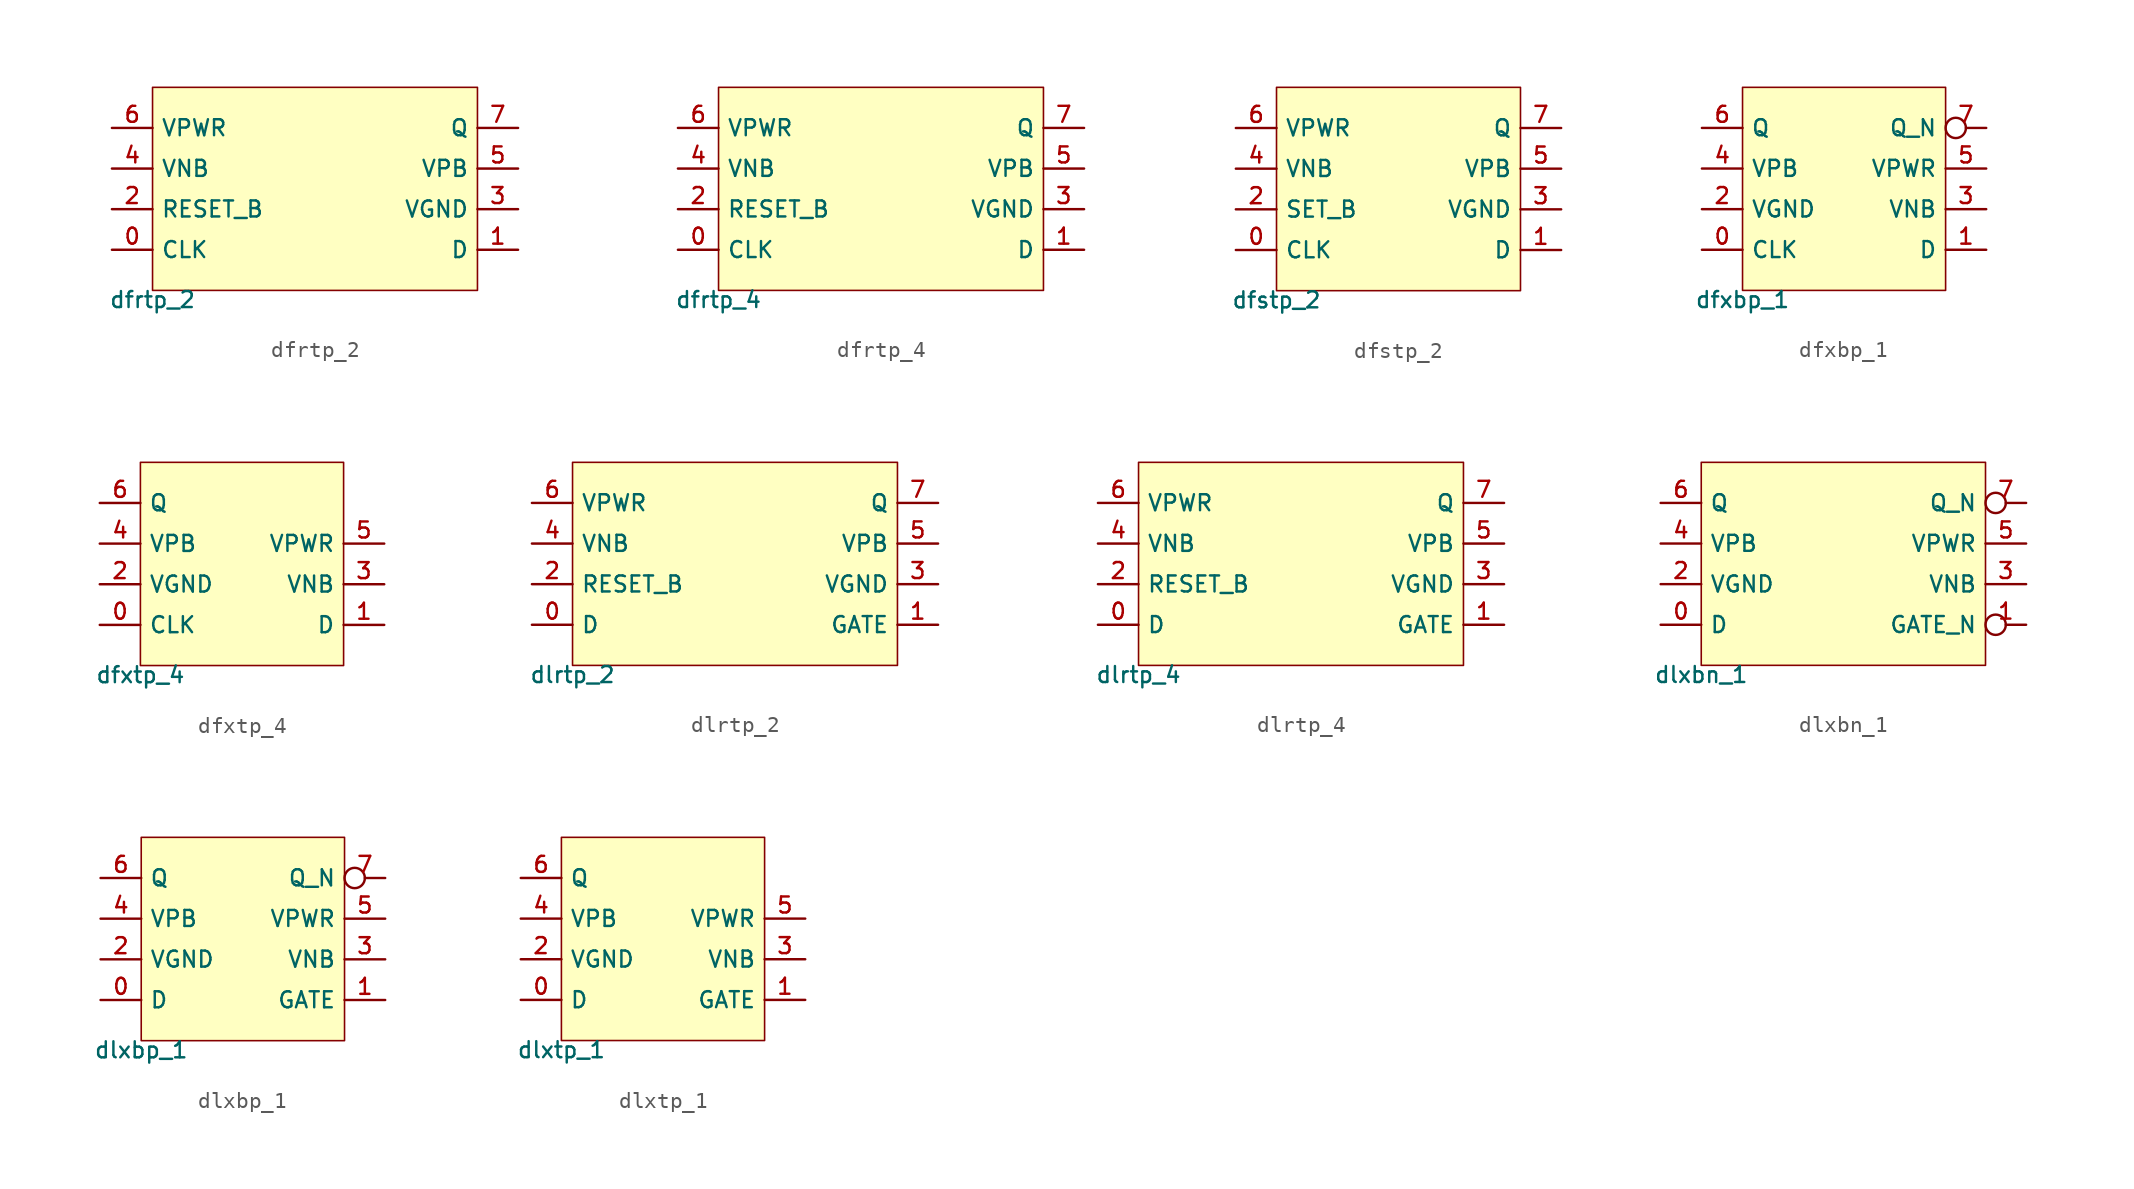
<source format=kicad_sym>
(kicad_symbol_lib
  (version 20211014)
  (generator pdk2kicad)
  (symbol "dfrtp_2"
    (property "Reference" "X"
      (at 0 0 0)
      (effects (font (size 1 1)) hide))
    (property "Value" "dfrtp_2"
      (at -10.16 -6.35 0)
      (effects (font (size 1 1)) (justify top)))
    (rectangle
      (start -10.16 -6.35)
      (end 10.16 6.35)
      (stroke (width 0.1) (type solid) (color 0 0 0 0))
      (fill (type background)))
    (pin bidirectional line
      (at -12.7 -3.81 0)
      (length 2.54)
      (name "CLK" (effects (font (size 1 1)) hide))
      (number "0" (effects (font (size 1 1)) hide)))
    (pin bidirectional line
      (at 12.7 -3.81 180)
      (length 2.54)
      (name "D" (effects (font (size 1 1)) hide))
      (number "1" (effects (font (size 1 1)) hide)))
    (pin bidirectional line
      (at -12.7 -1.27 0)
      (length 2.54)
      (name "RESET_B" (effects (font (size 1 1)) hide))
      (number "2" (effects (font (size 1 1)) hide)))
    (pin bidirectional line
      (at 12.7 -1.27 180)
      (length 2.54)
      (name "VGND" (effects (font (size 1 1)) hide))
      (number "3" (effects (font (size 1 1)) hide)))
    (pin bidirectional line
      (at -12.7 1.27 0)
      (length 2.54)
      (name "VNB" (effects (font (size 1 1)) hide))
      (number "4" (effects (font (size 1 1)) hide)))
    (pin bidirectional line
      (at 12.7 1.27 180)
      (length 2.54)
      (name "VPB" (effects (font (size 1 1)) hide))
      (number "5" (effects (font (size 1 1)) hide)))
    (pin bidirectional line
      (at -12.7 3.81 0)
      (length 2.54)
      (name "VPWR" (effects (font (size 1 1)) hide))
      (number "6" (effects (font (size 1 1)) hide)))
    (pin bidirectional line
      (at 12.7 3.81 180)
      (length 2.54)
      (name "Q" (effects (font (size 1 1)) hide))
      (number "7" (effects (font (size 1 1)) hide))))
  (symbol "dfrtp_4"
    (property "Reference" "X"
      (at 0 0 0)
      (effects (font (size 1 1)) hide))
    (property "Value" "dfrtp_4"
      (at -10.16 -6.35 0)
      (effects (font (size 1 1)) (justify top)))
    (rectangle
      (start -10.16 -6.35)
      (end 10.16 6.35)
      (stroke (width 0.1) (type solid) (color 0 0 0 0))
      (fill (type background)))
    (pin bidirectional line
      (at -12.7 -3.81 0)
      (length 2.54)
      (name "CLK" (effects (font (size 1 1)) hide))
      (number "0" (effects (font (size 1 1)) hide)))
    (pin bidirectional line
      (at 12.7 -3.81 180)
      (length 2.54)
      (name "D" (effects (font (size 1 1)) hide))
      (number "1" (effects (font (size 1 1)) hide)))
    (pin bidirectional line
      (at -12.7 -1.27 0)
      (length 2.54)
      (name "RESET_B" (effects (font (size 1 1)) hide))
      (number "2" (effects (font (size 1 1)) hide)))
    (pin bidirectional line
      (at 12.7 -1.27 180)
      (length 2.54)
      (name "VGND" (effects (font (size 1 1)) hide))
      (number "3" (effects (font (size 1 1)) hide)))
    (pin bidirectional line
      (at -12.7 1.27 0)
      (length 2.54)
      (name "VNB" (effects (font (size 1 1)) hide))
      (number "4" (effects (font (size 1 1)) hide)))
    (pin bidirectional line
      (at 12.7 1.27 180)
      (length 2.54)
      (name "VPB" (effects (font (size 1 1)) hide))
      (number "5" (effects (font (size 1 1)) hide)))
    (pin bidirectional line
      (at -12.7 3.81 0)
      (length 2.54)
      (name "VPWR" (effects (font (size 1 1)) hide))
      (number "6" (effects (font (size 1 1)) hide)))
    (pin bidirectional line
      (at 12.7 3.81 180)
      (length 2.54)
      (name "Q" (effects (font (size 1 1)) hide))
      (number "7" (effects (font (size 1 1)) hide))))
  (symbol "dfstp_2"
    (property "Reference" "X"
      (at 0 0 0)
      (effects (font (size 1 1)) hide))
    (property "Value" "dfstp_2"
      (at -7.62 -6.35 0)
      (effects (font (size 1 1)) (justify top)))
    (rectangle
      (start -7.62 -6.35)
      (end 7.62 6.35)
      (stroke (width 0.1) (type solid) (color 0 0 0 0))
      (fill (type background)))
    (pin bidirectional line
      (at -10.16 -3.81 0)
      (length 2.54)
      (name "CLK" (effects (font (size 1 1)) hide))
      (number "0" (effects (font (size 1 1)) hide)))
    (pin bidirectional line
      (at 10.16 -3.81 180)
      (length 2.54)
      (name "D" (effects (font (size 1 1)) hide))
      (number "1" (effects (font (size 1 1)) hide)))
    (pin bidirectional line
      (at -10.16 -1.27 0)
      (length 2.54)
      (name "SET_B" (effects (font (size 1 1)) hide))
      (number "2" (effects (font (size 1 1)) hide)))
    (pin bidirectional line
      (at 10.16 -1.27 180)
      (length 2.54)
      (name "VGND" (effects (font (size 1 1)) hide))
      (number "3" (effects (font (size 1 1)) hide)))
    (pin bidirectional line
      (at -10.16 1.27 0)
      (length 2.54)
      (name "VNB" (effects (font (size 1 1)) hide))
      (number "4" (effects (font (size 1 1)) hide)))
    (pin bidirectional line
      (at 10.16 1.27 180)
      (length 2.54)
      (name "VPB" (effects (font (size 1 1)) hide))
      (number "5" (effects (font (size 1 1)) hide)))
    (pin bidirectional line
      (at -10.16 3.81 0)
      (length 2.54)
      (name "VPWR" (effects (font (size 1 1)) hide))
      (number "6" (effects (font (size 1 1)) hide)))
    (pin bidirectional line
      (at 10.16 3.81 180)
      (length 2.54)
      (name "Q" (effects (font (size 1 1)) hide))
      (number "7" (effects (font (size 1 1)) hide))))
  (symbol "dfxbp_1"
    (property "Reference" "X"
      (at 0 0 0)
      (effects (font (size 1 1)) hide))
    (property "Value" "dfxbp_1"
      (at -6.35 -6.35 0)
      (effects (font (size 1 1)) (justify top)))
    (rectangle
      (start -6.35 -6.35)
      (end 6.35 6.35)
      (stroke (width 0.1) (type solid) (color 0 0 0 0))
      (fill (type background)))
    (pin bidirectional line
      (at -8.89 -3.81 0)
      (length 2.54)
      (name "CLK" (effects (font (size 1 1)) hide))
      (number "0" (effects (font (size 1 1)) hide)))
    (pin bidirectional line
      (at 8.89 -3.81 180)
      (length 2.54)
      (name "D" (effects (font (size 1 1)) hide))
      (number "1" (effects (font (size 1 1)) hide)))
    (pin bidirectional line
      (at -8.89 -1.27 0)
      (length 2.54)
      (name "VGND" (effects (font (size 1 1)) hide))
      (number "2" (effects (font (size 1 1)) hide)))
    (pin bidirectional line
      (at 8.89 -1.27 180)
      (length 2.54)
      (name "VNB" (effects (font (size 1 1)) hide))
      (number "3" (effects (font (size 1 1)) hide)))
    (pin bidirectional line
      (at -8.89 1.27 0)
      (length 2.54)
      (name "VPB" (effects (font (size 1 1)) hide))
      (number "4" (effects (font (size 1 1)) hide)))
    (pin bidirectional line
      (at 8.89 1.27 180)
      (length 2.54)
      (name "VPWR" (effects (font (size 1 1)) hide))
      (number "5" (effects (font (size 1 1)) hide)))
    (pin bidirectional line
      (at -8.89 3.81 0)
      (length 2.54)
      (name "Q" (effects (font (size 1 1)) hide))
      (number "6" (effects (font (size 1 1)) hide)))
    (pin bidirectional inverted
      (at 8.89 3.81 180)
      (length 2.54)
      (name "Q_N" (effects (font (size 1 1)) hide))
      (number "7" (effects (font (size 1 1)) hide))))
  (symbol "dfxtp_4"
    (property "Reference" "X"
      (at 0 0 0)
      (effects (font (size 1 1)) hide))
    (property "Value" "dfxtp_4"
      (at -6.35 -6.35 0)
      (effects (font (size 1 1)) (justify top)))
    (rectangle
      (start -6.35 -6.35)
      (end 6.35 6.35)
      (stroke (width 0.1) (type solid) (color 0 0 0 0))
      (fill (type background)))
    (pin bidirectional line
      (at -8.89 -3.81 0)
      (length 2.54)
      (name "CLK" (effects (font (size 1 1)) hide))
      (number "0" (effects (font (size 1 1)) hide)))
    (pin bidirectional line
      (at 8.89 -3.81 180)
      (length 2.54)
      (name "D" (effects (font (size 1 1)) hide))
      (number "1" (effects (font (size 1 1)) hide)))
    (pin bidirectional line
      (at -8.89 -1.27 0)
      (length 2.54)
      (name "VGND" (effects (font (size 1 1)) hide))
      (number "2" (effects (font (size 1 1)) hide)))
    (pin bidirectional line
      (at 8.89 -1.27 180)
      (length 2.54)
      (name "VNB" (effects (font (size 1 1)) hide))
      (number "3" (effects (font (size 1 1)) hide)))
    (pin bidirectional line
      (at -8.89 1.27 0)
      (length 2.54)
      (name "VPB" (effects (font (size 1 1)) hide))
      (number "4" (effects (font (size 1 1)) hide)))
    (pin bidirectional line
      (at 8.89 1.27 180)
      (length 2.54)
      (name "VPWR" (effects (font (size 1 1)) hide))
      (number "5" (effects (font (size 1 1)) hide)))
    (pin bidirectional line
      (at -8.89 3.81 0)
      (length 2.54)
      (name "Q" (effects (font (size 1 1)) hide))
      (number "6" (effects (font (size 1 1)) hide))))
  (symbol "dlrtp_2"
    (property "Reference" "X"
      (at 0 0 0)
      (effects (font (size 1 1)) hide))
    (property "Value" "dlrtp_2"
      (at -10.16 -6.35 0)
      (effects (font (size 1 1)) (justify top)))
    (rectangle
      (start -10.16 -6.35)
      (end 10.16 6.35)
      (stroke (width 0.1) (type solid) (color 0 0 0 0))
      (fill (type background)))
    (pin bidirectional line
      (at -12.7 -3.81 0)
      (length 2.54)
      (name "D" (effects (font (size 1 1)) hide))
      (number "0" (effects (font (size 1 1)) hide)))
    (pin bidirectional line
      (at 12.7 -3.81 180)
      (length 2.54)
      (name "GATE" (effects (font (size 1 1)) hide))
      (number "1" (effects (font (size 1 1)) hide)))
    (pin bidirectional line
      (at -12.7 -1.27 0)
      (length 2.54)
      (name "RESET_B" (effects (font (size 1 1)) hide))
      (number "2" (effects (font (size 1 1)) hide)))
    (pin bidirectional line
      (at 12.7 -1.27 180)
      (length 2.54)
      (name "VGND" (effects (font (size 1 1)) hide))
      (number "3" (effects (font (size 1 1)) hide)))
    (pin bidirectional line
      (at -12.7 1.27 0)
      (length 2.54)
      (name "VNB" (effects (font (size 1 1)) hide))
      (number "4" (effects (font (size 1 1)) hide)))
    (pin bidirectional line
      (at 12.7 1.27 180)
      (length 2.54)
      (name "VPB" (effects (font (size 1 1)) hide))
      (number "5" (effects (font (size 1 1)) hide)))
    (pin bidirectional line
      (at -12.7 3.81 0)
      (length 2.54)
      (name "VPWR" (effects (font (size 1 1)) hide))
      (number "6" (effects (font (size 1 1)) hide)))
    (pin bidirectional line
      (at 12.7 3.81 180)
      (length 2.54)
      (name "Q" (effects (font (size 1 1)) hide))
      (number "7" (effects (font (size 1 1)) hide))))
  (symbol "dlrtp_4"
    (property "Reference" "X"
      (at 0 0 0)
      (effects (font (size 1 1)) hide))
    (property "Value" "dlrtp_4"
      (at -10.16 -6.35 0)
      (effects (font (size 1 1)) (justify top)))
    (rectangle
      (start -10.16 -6.35)
      (end 10.16 6.35)
      (stroke (width 0.1) (type solid) (color 0 0 0 0))
      (fill (type background)))
    (pin bidirectional line
      (at -12.7 -3.81 0)
      (length 2.54)
      (name "D" (effects (font (size 1 1)) hide))
      (number "0" (effects (font (size 1 1)) hide)))
    (pin bidirectional line
      (at 12.7 -3.81 180)
      (length 2.54)
      (name "GATE" (effects (font (size 1 1)) hide))
      (number "1" (effects (font (size 1 1)) hide)))
    (pin bidirectional line
      (at -12.7 -1.27 0)
      (length 2.54)
      (name "RESET_B" (effects (font (size 1 1)) hide))
      (number "2" (effects (font (size 1 1)) hide)))
    (pin bidirectional line
      (at 12.7 -1.27 180)
      (length 2.54)
      (name "VGND" (effects (font (size 1 1)) hide))
      (number "3" (effects (font (size 1 1)) hide)))
    (pin bidirectional line
      (at -12.7 1.27 0)
      (length 2.54)
      (name "VNB" (effects (font (size 1 1)) hide))
      (number "4" (effects (font (size 1 1)) hide)))
    (pin bidirectional line
      (at 12.7 1.27 180)
      (length 2.54)
      (name "VPB" (effects (font (size 1 1)) hide))
      (number "5" (effects (font (size 1 1)) hide)))
    (pin bidirectional line
      (at -12.7 3.81 0)
      (length 2.54)
      (name "VPWR" (effects (font (size 1 1)) hide))
      (number "6" (effects (font (size 1 1)) hide)))
    (pin bidirectional line
      (at 12.7 3.81 180)
      (length 2.54)
      (name "Q" (effects (font (size 1 1)) hide))
      (number "7" (effects (font (size 1 1)) hide))))
  (symbol "dlxbn_1"
    (property "Reference" "X"
      (at 0 0 0)
      (effects (font (size 1 1)) hide))
    (property "Value" "dlxbn_1"
      (at -8.89 -6.35 0)
      (effects (font (size 1 1)) (justify top)))
    (rectangle
      (start -8.89 -6.35)
      (end 8.89 6.35)
      (stroke (width 0.1) (type solid) (color 0 0 0 0))
      (fill (type background)))
    (pin bidirectional line
      (at -11.43 -3.81 0)
      (length 2.54)
      (name "D" (effects (font (size 1 1)) hide))
      (number "0" (effects (font (size 1 1)) hide)))
    (pin bidirectional inverted
      (at 11.43 -3.81 180)
      (length 2.54)
      (name "GATE_N" (effects (font (size 1 1)) hide))
      (number "1" (effects (font (size 1 1)) hide)))
    (pin bidirectional line
      (at -11.43 -1.27 0)
      (length 2.54)
      (name "VGND" (effects (font (size 1 1)) hide))
      (number "2" (effects (font (size 1 1)) hide)))
    (pin bidirectional line
      (at 11.43 -1.27 180)
      (length 2.54)
      (name "VNB" (effects (font (size 1 1)) hide))
      (number "3" (effects (font (size 1 1)) hide)))
    (pin bidirectional line
      (at -11.43 1.27 0)
      (length 2.54)
      (name "VPB" (effects (font (size 1 1)) hide))
      (number "4" (effects (font (size 1 1)) hide)))
    (pin bidirectional line
      (at 11.43 1.27 180)
      (length 2.54)
      (name "VPWR" (effects (font (size 1 1)) hide))
      (number "5" (effects (font (size 1 1)) hide)))
    (pin bidirectional line
      (at -11.43 3.81 0)
      (length 2.54)
      (name "Q" (effects (font (size 1 1)) hide))
      (number "6" (effects (font (size 1 1)) hide)))
    (pin bidirectional inverted
      (at 11.43 3.81 180)
      (length 2.54)
      (name "Q_N" (effects (font (size 1 1)) hide))
      (number "7" (effects (font (size 1 1)) hide))))
  (symbol "dlxbp_1"
    (property "Reference" "X"
      (at 0 0 0)
      (effects (font (size 1 1)) hide))
    (property "Value" "dlxbp_1"
      (at -6.35 -6.35 0)
      (effects (font (size 1 1)) (justify top)))
    (rectangle
      (start -6.35 -6.35)
      (end 6.35 6.35)
      (stroke (width 0.1) (type solid) (color 0 0 0 0))
      (fill (type background)))
    (pin bidirectional line
      (at -8.89 -3.81 0)
      (length 2.54)
      (name "D" (effects (font (size 1 1)) hide))
      (number "0" (effects (font (size 1 1)) hide)))
    (pin bidirectional line
      (at 8.89 -3.81 180)
      (length 2.54)
      (name "GATE" (effects (font (size 1 1)) hide))
      (number "1" (effects (font (size 1 1)) hide)))
    (pin bidirectional line
      (at -8.89 -1.27 0)
      (length 2.54)
      (name "VGND" (effects (font (size 1 1)) hide))
      (number "2" (effects (font (size 1 1)) hide)))
    (pin bidirectional line
      (at 8.89 -1.27 180)
      (length 2.54)
      (name "VNB" (effects (font (size 1 1)) hide))
      (number "3" (effects (font (size 1 1)) hide)))
    (pin bidirectional line
      (at -8.89 1.27 0)
      (length 2.54)
      (name "VPB" (effects (font (size 1 1)) hide))
      (number "4" (effects (font (size 1 1)) hide)))
    (pin bidirectional line
      (at 8.89 1.27 180)
      (length 2.54)
      (name "VPWR" (effects (font (size 1 1)) hide))
      (number "5" (effects (font (size 1 1)) hide)))
    (pin bidirectional line
      (at -8.89 3.81 0)
      (length 2.54)
      (name "Q" (effects (font (size 1 1)) hide))
      (number "6" (effects (font (size 1 1)) hide)))
    (pin bidirectional inverted
      (at 8.89 3.81 180)
      (length 2.54)
      (name "Q_N" (effects (font (size 1 1)) hide))
      (number "7" (effects (font (size 1 1)) hide))))
  (symbol "dlxtp_1"
    (property "Reference" "X"
      (at 0 0 0)
      (effects (font (size 1 1)) hide))
    (property "Value" "dlxtp_1"
      (at -6.35 -6.35 0)
      (effects (font (size 1 1)) (justify top)))
    (rectangle
      (start -6.35 -6.35)
      (end 6.35 6.35)
      (stroke (width 0.1) (type solid) (color 0 0 0 0))
      (fill (type background)))
    (pin bidirectional line
      (at -8.89 -3.81 0)
      (length 2.54)
      (name "D" (effects (font (size 1 1)) hide))
      (number "0" (effects (font (size 1 1)) hide)))
    (pin bidirectional line
      (at 8.89 -3.81 180)
      (length 2.54)
      (name "GATE" (effects (font (size 1 1)) hide))
      (number "1" (effects (font (size 1 1)) hide)))
    (pin bidirectional line
      (at -8.89 -1.27 0)
      (length 2.54)
      (name "VGND" (effects (font (size 1 1)) hide))
      (number "2" (effects (font (size 1 1)) hide)))
    (pin bidirectional line
      (at 8.89 -1.27 180)
      (length 2.54)
      (name "VNB" (effects (font (size 1 1)) hide))
      (number "3" (effects (font (size 1 1)) hide)))
    (pin bidirectional line
      (at -8.89 1.27 0)
      (length 2.54)
      (name "VPB" (effects (font (size 1 1)) hide))
      (number "4" (effects (font (size 1 1)) hide)))
    (pin bidirectional line
      (at 8.89 1.27 180)
      (length 2.54)
      (name "VPWR" (effects (font (size 1 1)) hide))
      (number "5" (effects (font (size 1 1)) hide)))
    (pin bidirectional line
      (at -8.89 3.81 0)
      (length 2.54)
      (name "Q" (effects (font (size 1 1)) hide))
      (number "6" (effects (font (size 1 1)) hide)))))
</source>
